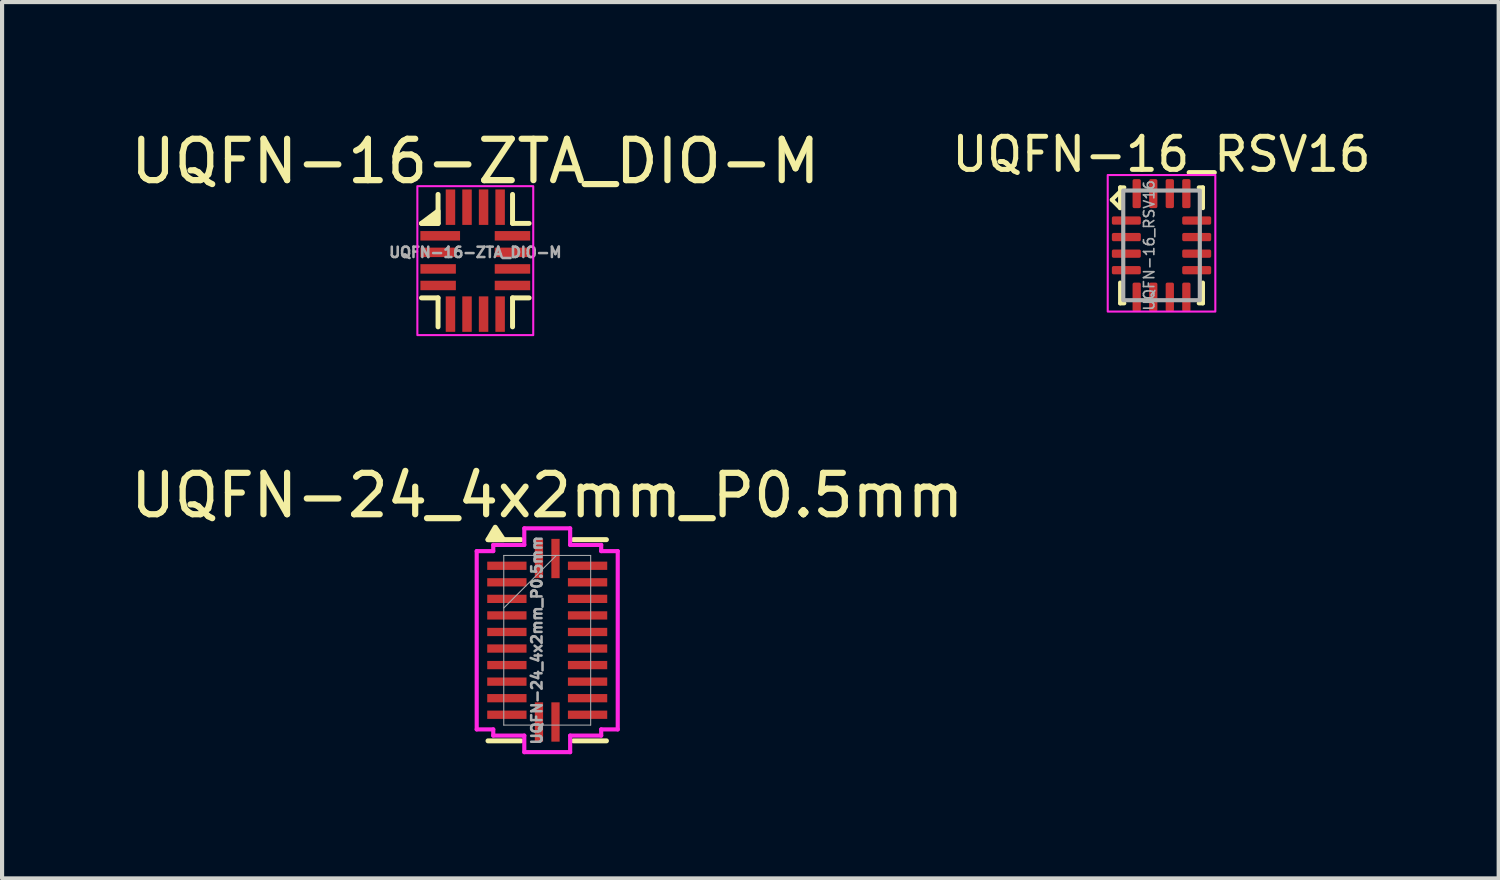
<source format=kicad_pcb>
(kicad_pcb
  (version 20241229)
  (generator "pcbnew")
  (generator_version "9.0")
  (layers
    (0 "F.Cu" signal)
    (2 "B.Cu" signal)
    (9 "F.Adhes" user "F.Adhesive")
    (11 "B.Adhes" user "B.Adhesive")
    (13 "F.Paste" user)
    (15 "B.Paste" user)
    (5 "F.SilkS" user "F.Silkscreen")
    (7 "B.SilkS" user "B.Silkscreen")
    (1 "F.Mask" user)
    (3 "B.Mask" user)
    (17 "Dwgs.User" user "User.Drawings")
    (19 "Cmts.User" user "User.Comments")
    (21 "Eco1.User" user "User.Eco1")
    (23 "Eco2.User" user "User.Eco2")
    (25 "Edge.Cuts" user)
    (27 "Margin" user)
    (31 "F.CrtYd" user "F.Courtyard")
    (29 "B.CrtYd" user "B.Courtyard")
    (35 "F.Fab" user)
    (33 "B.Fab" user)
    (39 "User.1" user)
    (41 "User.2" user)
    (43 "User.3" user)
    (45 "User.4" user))
  (footprint "UQFN-16-ZTA_DIO-M"
    (layer "F.Cu")
    (at 8.435 3.248)
    (property "Reference" "UQFN-16-ZTA_DIO-M" (at 0 -2.4 0) (unlocked yes) (layer "F.SilkS") (effects (font (size 1 1) (thickness 0.15))))
    (attr smd)
    (fp_line (start -1.3 -0.9) (end -0.9 -0.9) (stroke (width 0.12) (type default)) (layer "F.SilkS"))
    (fp_line (start -1.3 0.9) (end -0.9 0.9) (stroke (width 0.12) (type default)) (layer "F.SilkS"))
    (fp_line (start -0.9 -0.9) (end -0.9 -1.6) (stroke (width 0.12) (type default)) (layer "F.SilkS"))
    (fp_line (start -0.9 0.9) (end -0.9 1.6) (stroke (width 0.12) (type default)) (layer "F.SilkS"))
    (fp_line (start 0.9 -0.9) (end 0.9 -1.6) (stroke (width 0.12) (type default)) (layer "F.SilkS"))
    (fp_line (start 0.9 0.9) (end 0.9 1.6) (stroke (width 0.12) (type default)) (layer "F.SilkS"))
    (fp_line (start 1.3 -0.9) (end 0.9 -0.9) (stroke (width 0.12) (type default)) (layer "F.SilkS"))
    (fp_line (start 1.3 0.9) (end 0.9 0.9) (stroke (width 0.12) (type default)) (layer "F.SilkS"))
    (fp_poly (pts (xy -1.3 -0.9) (xy -0.9 -1.2) (xy -0.9 -0.9)) (stroke (width 0.12) (type solid)) (fill yes) (layer "F.SilkS"))
    (fp_rect (start -1.4 -1.8) (end 1.4 1.8) (stroke (width 0.05) (type default)) (fill no) (layer "F.CrtYd"))
    (fp_text user "${REFERENCE}" (at 0 -0.2 0) (unlocked yes) (layer "F.Fab") (effects (font (size 0.25 0.25) (thickness 0.062))))
    (pad "1" smd rect (at -0.848 -0.6 90) (size 0.229 0.959) (layers "F.Cu" "F.Mask" "F.Paste"))
    (pad "2" smd rect (at -0.898 -0.2 90) (size 0.229 0.857) (layers "F.Cu" "F.Mask" "F.Paste"))
    (pad "3" smd rect (at -0.898 0.2 90) (size 0.229 0.857) (layers "F.Cu" "F.Mask" "F.Paste"))
    (pad "4" smd rect (at -0.898 0.6 90) (size 0.229 0.857) (layers "F.Cu" "F.Mask" "F.Paste"))
    (pad "5" smd rect (at -0.6 1.292) (size 0.229 0.857) (layers "F.Cu" "F.Mask" "F.Paste"))
    (pad "6" smd rect (at -0.2 1.292) (size 0.229 0.857) (layers "F.Cu" "F.Mask" "F.Paste"))
    (pad "7" smd rect (at 0.2 1.292) (size 0.229 0.857) (layers "F.Cu" "F.Mask" "F.Paste"))
    (pad "8" smd rect (at 0.6 1.292) (size 0.229 0.857) (layers "F.Cu" "F.Mask" "F.Paste"))
    (pad "9" smd rect (at 0.898 0.6 90) (size 0.229 0.857) (layers "F.Cu" "F.Mask" "F.Paste"))
    (pad "10" smd rect (at 0.898 0.2 90) (size 0.229 0.857) (layers "F.Cu" "F.Mask" "F.Paste"))
    (pad "11" smd rect (at 0.898 -0.2 90) (size 0.229 0.857) (layers "F.Cu" "F.Mask" "F.Paste"))
    (pad "12" smd rect (at 0.898 -0.6 90) (size 0.229 0.857) (layers "F.Cu" "F.Mask" "F.Paste"))
    (pad "13" smd rect (at 0.6 -1.292) (size 0.229 0.857) (layers "F.Cu" "F.Mask" "F.Paste"))
    (pad "14" smd rect (at 0.2 -1.292) (size 0.229 0.857) (layers "F.Cu" "F.Mask" "F.Paste"))
    (pad "15" smd rect (at -0.2 -1.292) (size 0.229 0.857) (layers "F.Cu" "F.Mask" "F.Paste"))
    (pad "16" smd rect (at -0.6 -1.292) (size 0.229 0.857) (layers "F.Cu" "F.Mask" "F.Paste")))
  (footprint "UQFN-24_4x2mm_P0.5mm"
    (layer "F.Cu")
    (at 10.173 12.421)
    (property "Reference" "UQFN-24_4x2mm_P0.5mm" (at 0 -3.5 0) (unlocked yes) (layer "F.SilkS") (effects (font (size 1 1) (thickness 0.15))))
    (attr smd)
    (fp_line (start -1.431 2.431) (end -0.633 2.431) (stroke (width 0.12) (type solid)) (layer "F.SilkS"))
    (fp_line (start -0.633 -2.431) (end -1.431 -2.431) (stroke (width 0.12) (type solid)) (layer "F.SilkS"))
    (fp_line (start 0.633 2.431) (end 1.431 2.431) (stroke (width 0.12) (type solid)) (layer "F.SilkS"))
    (fp_line (start 1.431 -2.431) (end 0.633 -2.431) (stroke (width 0.12) (type solid)) (layer "F.SilkS"))
    (fp_poly (pts (xy -1.431 -2.431) (xy -1.256 -2.731) (xy -1.056 -2.431)) (stroke (width 0.12) (type solid)) (fill yes) (layer "F.SilkS"))
    (fp_line (start -1.704 -2.154) (end -1.304 -2.154) (stroke (width 0.1) (type solid)) (layer "F.CrtYd"))
    (fp_line (start -1.704 2.154) (end -1.704 -2.154) (stroke (width 0.1) (type solid)) (layer "F.CrtYd"))
    (fp_line (start -1.304 -2.304) (end -0.554 -2.304) (stroke (width 0.1) (type solid)) (layer "F.CrtYd"))
    (fp_line (start -1.304 -2.154) (end -1.304 -2.304) (stroke (width 0.1) (type solid)) (layer "F.CrtYd"))
    (fp_line (start -1.304 2.154) (end -1.704 2.154) (stroke (width 0.1) (type solid)) (layer "F.CrtYd"))
    (fp_line (start -1.304 2.304) (end -1.304 2.154) (stroke (width 0.1) (type solid)) (layer "F.CrtYd"))
    (fp_line (start -0.554 -2.704) (end 0.554 -2.704) (stroke (width 0.1) (type solid)) (layer "F.CrtYd"))
    (fp_line (start -0.554 -2.304) (end -0.554 -2.704) (stroke (width 0.1) (type solid)) (layer "F.CrtYd"))
    (fp_line (start -0.554 2.304) (end -1.304 2.304) (stroke (width 0.1) (type solid)) (layer "F.CrtYd"))
    (fp_line (start -0.554 2.704) (end -0.554 2.304) (stroke (width 0.1) (type solid)) (layer "F.CrtYd"))
    (fp_line (start 0.554 -2.704) (end 0.554 -2.304) (stroke (width 0.1) (type solid)) (layer "F.CrtYd"))
    (fp_line (start 0.554 -2.304) (end 1.304 -2.304) (stroke (width 0.1) (type solid)) (layer "F.CrtYd"))
    (fp_line (start 0.554 2.304) (end 0.554 2.704) (stroke (width 0.1) (type solid)) (layer "F.CrtYd"))
    (fp_line (start 0.554 2.704) (end -0.554 2.704) (stroke (width 0.1) (type solid)) (layer "F.CrtYd"))
    (fp_line (start 1.304 -2.304) (end 1.304 -2.154) (stroke (width 0.1) (type solid)) (layer "F.CrtYd"))
    (fp_line (start 1.304 -2.154) (end 1.704 -2.154) (stroke (width 0.1) (type solid)) (layer "F.CrtYd"))
    (fp_line (start 1.304 2.154) (end 1.304 2.304) (stroke (width 0.1) (type solid)) (layer "F.CrtYd"))
    (fp_line (start 1.304 2.304) (end 0.554 2.304) (stroke (width 0.1) (type solid)) (layer "F.CrtYd"))
    (fp_line (start 1.704 -2.154) (end 1.704 2.154) (stroke (width 0.1) (type solid)) (layer "F.CrtYd"))
    (fp_line (start 1.704 2.154) (end 1.304 2.154) (stroke (width 0.1) (type solid)) (layer "F.CrtYd"))
    (fp_line (start -1.05 -2.05) (end -1.05 2.05) (stroke (width 0.025) (type solid)) (layer "F.Fab"))
    (fp_line (start -1.05 -0.78) (end 0.22 -2.05) (stroke (width 0.025) (type solid)) (layer "F.Fab"))
    (fp_line (start -1.05 2.05) (end 1.05 2.05) (stroke (width 0.025) (type solid)) (layer "F.Fab"))
    (fp_line (start 1.05 -2.05) (end -1.05 -2.05) (stroke (width 0.025) (type solid)) (layer "F.Fab"))
    (fp_line (start 1.05 2.05) (end 1.05 -2.05) (stroke (width 0.025) (type solid)) (layer "F.Fab"))
    (fp_text user "${REFERENCE}" (at -0.25 0 90) (unlocked yes) (layer "F.Fab") (effects (font (size 0.25 0.25) (thickness 0.062))))
    (pad "1" smd rect (at -0.975 -1.8 90) (size 0.2 0.95) (layers "F.Cu" "F.Mask" "F.Paste"))
    (pad "2" smd rect (at -0.975 -1.4 90) (size 0.2 0.95) (layers "F.Cu" "F.Mask" "F.Paste"))
    (pad "3" smd rect (at -0.975 -1 90) (size 0.2 0.95) (layers "F.Cu" "F.Mask" "F.Paste"))
    (pad "4" smd rect (at -0.975 -0.6 90) (size 0.2 0.95) (layers "F.Cu" "F.Mask" "F.Paste"))
    (pad "5" smd rect (at -0.975 -0.2 90) (size 0.2 0.95) (layers "F.Cu" "F.Mask" "F.Paste"))
    (pad "6" smd rect (at -0.975 0.2 90) (size 0.2 0.95) (layers "F.Cu" "F.Mask" "F.Paste"))
    (pad "7" smd rect (at -0.975 0.6 90) (size 0.2 0.95) (layers "F.Cu" "F.Mask" "F.Paste"))
    (pad "8" smd rect (at -0.975 1 90) (size 0.2 0.95) (layers "F.Cu" "F.Mask" "F.Paste"))
    (pad "9" smd rect (at -0.975 1.4 90) (size 0.2 0.95) (layers "F.Cu" "F.Mask" "F.Paste"))
    (pad "10" smd rect (at -0.975 1.8 90) (size 0.2 0.95) (layers "F.Cu" "F.Mask" "F.Paste"))
    (pad "11" smd rect (at -0.2 1.975) (size 0.2 0.95) (layers "F.Cu" "F.Mask" "F.Paste"))
    (pad "12" smd rect (at 0.2 1.975) (size 0.2 0.95) (layers "F.Cu" "F.Mask" "F.Paste"))
    (pad "13" smd rect (at 0.975 1.8 90) (size 0.2 0.95) (layers "F.Cu" "F.Mask" "F.Paste"))
    (pad "14" smd rect (at 0.975 1.4 90) (size 0.2 0.95) (layers "F.Cu" "F.Mask" "F.Paste"))
    (pad "15" smd rect (at 0.975 1 90) (size 0.2 0.95) (layers "F.Cu" "F.Mask" "F.Paste"))
    (pad "16" smd rect (at 0.975 0.6 90) (size 0.2 0.95) (layers "F.Cu" "F.Mask" "F.Paste"))
    (pad "17" smd rect (at 0.975 0.2 90) (size 0.2 0.95) (layers "F.Cu" "F.Mask" "F.Paste"))
    (pad "18" smd rect (at 0.975 -0.2 90) (size 0.2 0.95) (layers "F.Cu" "F.Mask" "F.Paste"))
    (pad "19" smd rect (at 0.975 -0.6 90) (size 0.2 0.95) (layers "F.Cu" "F.Mask" "F.Paste"))
    (pad "20" smd rect (at 0.975 -1 90) (size 0.2 0.95) (layers "F.Cu" "F.Mask" "F.Paste"))
    (pad "21" smd rect (at 0.975 -1.4 90) (size 0.2 0.95) (layers "F.Cu" "F.Mask" "F.Paste"))
    (pad "22" smd rect (at 0.975 -1.8 90) (size 0.2 0.95) (layers "F.Cu" "F.Mask" "F.Paste"))
    (pad "23" smd rect (at 0.2 -1.975) (size 0.2 0.95) (layers "F.Cu" "F.Mask" "F.Paste"))
    (pad "24" smd rect (at -0.2 -1.975) (size 0.2 0.95) (layers "F.Cu" "F.Mask" "F.Paste")))
  (footprint "UQFN-16_RSV16"
    (layer "F.Cu")
    (at 25.017 2.879)
    (property "Reference" "UQFN-16_RSV16" (at 0 -2.2 0) (unlocked yes) (layer "F.SilkS") (effects (font (size 0.8 0.8) (thickness 0.12))))
    (attr smd)
    (fp_line (start -1.2 -1.1) (end -1 -1.3) (stroke (width 0.1) (type default)) (layer "F.SilkS"))
    (fp_line (start -1 -1.4) (end -0.9 -1.4) (stroke (width 0.1) (type default)) (layer "F.SilkS"))
    (fp_line (start -1 -0.9) (end -1.2 -1.1) (stroke (width 0.1) (type default)) (layer "F.SilkS"))
    (fp_line (start -1 -0.9) (end -1 -1.4) (stroke (width 0.1) (type default)) (layer "F.SilkS"))
    (fp_line (start -1 0.9) (end -1 1.4) (stroke (width 0.1) (type default)) (layer "F.SilkS"))
    (fp_line (start -1 1.4) (end -0.9 1.4) (stroke (width 0.1) (type default)) (layer "F.SilkS"))
    (fp_line (start 1 -1.4) (end 0.9 -1.4) (stroke (width 0.1) (type default)) (layer "F.SilkS"))
    (fp_line (start 1 -0.9) (end 1 -1.4) (stroke (width 0.1) (type default)) (layer "F.SilkS"))
    (fp_line (start 1 0.9) (end 1 1.4) (stroke (width 0.1) (type default)) (layer "F.SilkS"))
    (fp_line (start 1 1.4) (end 0.9 1.4) (stroke (width 0.1) (type default)) (layer "F.SilkS"))
    (fp_rect (start -1.3 -1.7) (end 1.3 1.6) (stroke (width 0.05) (type default)) (fill no) (layer "F.CrtYd"))
    (fp_rect (start -0.925 -1.325) (end 0.925 1.325) (stroke (width 0.1) (type default)) (fill no) (layer "F.Fab"))
    (fp_text user "${REFERENCE}" (at -0.3 0 90) (unlocked yes) (layer "F.Fab") (effects (font (size 0.25 0.25) (thickness 0.04))))
    (pad "1" smd roundrect (at -0.85 -0.6) (size 0.7 0.2) (layers "F.Cu" "F.Mask" "F.Paste") (roundrect_rratio 0.2))
    (pad "2" smd roundrect (at -0.85 -0.2) (size 0.7 0.2) (layers "F.Cu" "F.Mask" "F.Paste") (roundrect_rratio 0.2))
    (pad "3" smd roundrect (at -0.85 0.2) (size 0.7 0.2) (layers "F.Cu" "F.Mask" "F.Paste") (roundrect_rratio 0.2))
    (pad "4" smd roundrect (at -0.85 0.6) (size 0.7 0.2) (layers "F.Cu" "F.Mask" "F.Paste") (roundrect_rratio 0.2))
    (pad "5" smd roundrect (at -0.6 1.25 90) (size 0.7 0.2) (layers "F.Cu" "F.Mask" "F.Paste") (roundrect_rratio 0.2))
    (pad "6" smd roundrect (at -0.2 1.25 90) (size 0.7 0.2) (layers "F.Cu" "F.Mask" "F.Paste") (roundrect_rratio 0.2))
    (pad "7" smd roundrect (at 0.2 1.25 90) (size 0.7 0.2) (layers "F.Cu" "F.Mask" "F.Paste") (roundrect_rratio 0.2))
    (pad "8" smd roundrect (at 0.6 1.25 90) (size 0.7 0.2) (layers "F.Cu" "F.Mask" "F.Paste") (roundrect_rratio 0.2))
    (pad "9" smd roundrect (at 0.85 0.6 180) (size 0.7 0.2) (layers "F.Cu" "F.Mask" "F.Paste") (roundrect_rratio 0.2))
    (pad "10" smd roundrect (at 0.85 0.2 180) (size 0.7 0.2) (layers "F.Cu" "F.Mask" "F.Paste") (roundrect_rratio 0.2))
    (pad "11" smd roundrect (at 0.85 -0.2 180) (size 0.7 0.2) (layers "F.Cu" "F.Mask" "F.Paste") (roundrect_rratio 0.2))
    (pad "12" smd roundrect (at 0.85 -0.6 180) (size 0.7 0.2) (layers "F.Cu" "F.Mask" "F.Paste") (roundrect_rratio 0.2))
    (pad "13" smd roundrect (at 0.6 -1.25 270) (size 0.7 0.2) (layers "F.Cu" "F.Mask" "F.Paste") (roundrect_rratio 0.2))
    (pad "14" smd roundrect (at 0.2 -1.25 270) (size 0.7 0.2) (layers "F.Cu" "F.Mask" "F.Paste") (roundrect_rratio 0.2))
    (pad "15" smd roundrect (at -0.2 -1.25 270) (size 0.7 0.2) (layers "F.Cu" "F.Mask" "F.Paste") (roundrect_rratio 0.2))
    (pad "16" smd roundrect (at -0.6 -1.25 270) (size 0.7 0.2) (layers "F.Cu" "F.Mask" "F.Paste") (roundrect_rratio 0.2)))
  (gr_rect
    (start -3 -3)
    (end 33.164 18.175)
    (stroke (width 0.1) (type default))
    (fill no)
    (layer "Edge.Cuts")))
</source>
